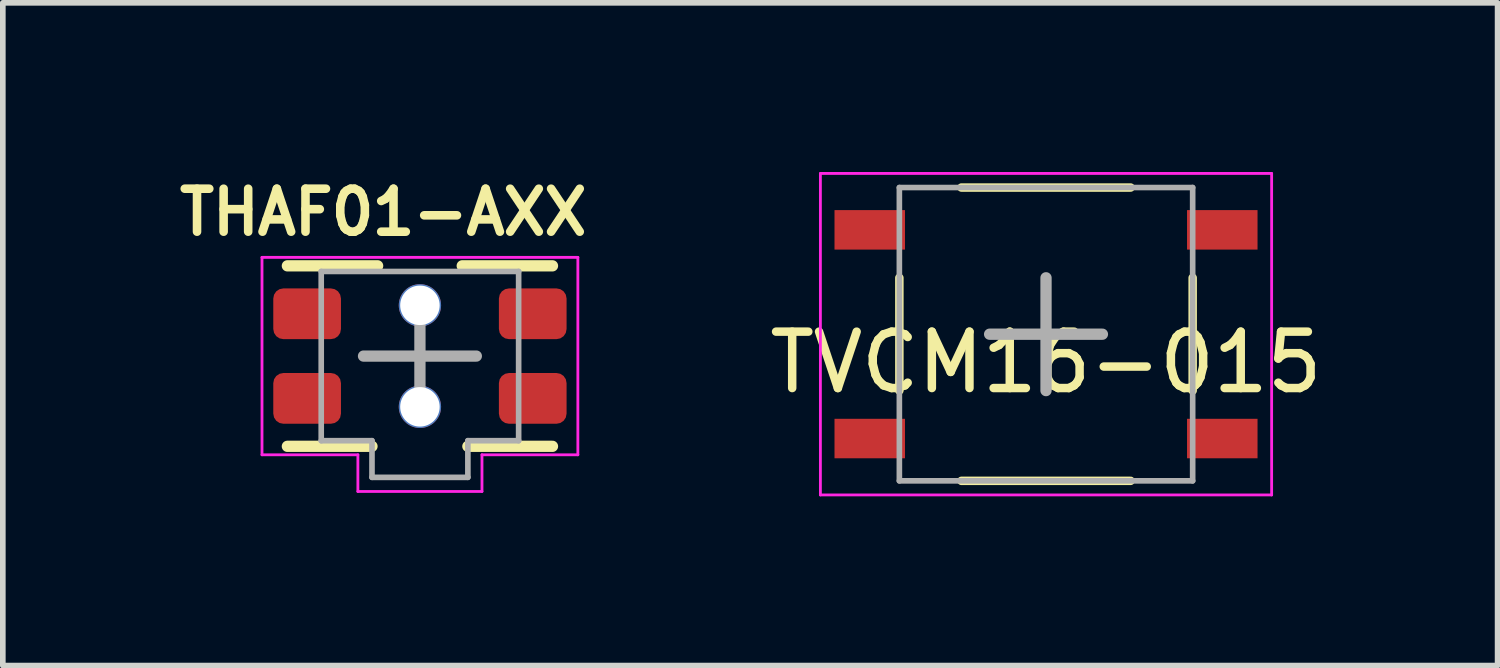
<source format=kicad_pcb>
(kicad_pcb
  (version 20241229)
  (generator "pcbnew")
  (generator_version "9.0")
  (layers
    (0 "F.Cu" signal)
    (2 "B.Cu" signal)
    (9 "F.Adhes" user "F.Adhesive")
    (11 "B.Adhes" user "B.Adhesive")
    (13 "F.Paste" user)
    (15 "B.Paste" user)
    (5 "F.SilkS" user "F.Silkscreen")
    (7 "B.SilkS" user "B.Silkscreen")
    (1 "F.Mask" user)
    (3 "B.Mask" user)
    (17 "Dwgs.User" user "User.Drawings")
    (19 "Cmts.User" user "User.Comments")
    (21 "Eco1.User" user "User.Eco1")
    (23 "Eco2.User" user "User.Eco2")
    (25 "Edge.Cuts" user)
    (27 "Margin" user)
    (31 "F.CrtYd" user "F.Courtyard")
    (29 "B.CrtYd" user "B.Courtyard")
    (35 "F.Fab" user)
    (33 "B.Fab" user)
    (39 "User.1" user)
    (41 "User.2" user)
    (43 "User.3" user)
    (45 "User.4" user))
  (footprint "THAF01-AXX"
    (layer "F.Cu")
    (at 4.395 3.263)
    (property "Reference" "THAF01-AXX" (at -0.65 -2.55 0) (layer "F.SilkS") (effects (font (size 0.762 0.762) (thickness 0.152))))
    (attr smd)
    (fp_line (start -2.35 1.6) (end -0.85 1.6) (stroke (width 0.2) (type solid)) (layer "F.SilkS"))
    (fp_line (start -0.75 -1.6) (end -2.35 -1.6) (stroke (width 0.2) (type solid)) (layer "F.SilkS"))
    (fp_line (start 0.85 1.6) (end 2.35 1.6) (stroke (width 0.2) (type solid)) (layer "F.SilkS"))
    (fp_line (start 2.35 -1.6) (end 0.75 -1.6) (stroke (width 0.2) (type solid)) (layer "F.SilkS"))
    (fp_line (start -2.8 -1.75) (end -2.8 1.75) (stroke (width 0.05) (type solid)) (layer "F.CrtYd"))
    (fp_line (start -2.8 -1.75) (end 2.8 -1.75) (stroke (width 0.05) (type solid)) (layer "F.CrtYd"))
    (fp_line (start -2.8 1.75) (end -1.1 1.75) (stroke (width 0.05) (type solid)) (layer "F.CrtYd"))
    (fp_line (start -1.1 2.4) (end -1.1 1.75) (stroke (width 0.05) (type solid)) (layer "F.CrtYd"))
    (fp_line (start 1.1 1.75) (end 1.1 2.4) (stroke (width 0.05) (type solid)) (layer "F.CrtYd"))
    (fp_line (start 1.1 1.75) (end 2.8 1.75) (stroke (width 0.05) (type solid)) (layer "F.CrtYd"))
    (fp_line (start 1.1 2.4) (end -1.1 2.4) (stroke (width 0.05) (type solid)) (layer "F.CrtYd"))
    (fp_line (start 2.8 1.75) (end 2.8 -1.75) (stroke (width 0.05) (type solid)) (layer "F.CrtYd"))
    (fp_line (start -1.75 -1.5) (end 1.75 -1.5) (stroke (width 0.1) (type solid)) (layer "F.Fab"))
    (fp_line (start -1.75 1.5) (end -1.75 -1.5) (stroke (width 0.1) (type solid)) (layer "F.Fab"))
    (fp_line (start -1 0) (end 1 0) (stroke (width 0.2) (type solid)) (layer "F.Fab"))
    (fp_line (start -0.85 1.5) (end -1.75 1.5) (stroke (width 0.1) (type solid)) (layer "F.Fab"))
    (fp_line (start -0.85 2.15) (end -0.85 1.5) (stroke (width 0.1) (type solid)) (layer "F.Fab"))
    (fp_line (start 0 -1) (end 0 1) (stroke (width 0.2) (type solid)) (layer "F.Fab"))
    (fp_line (start 0.85 1.5) (end 0.85 2.15) (stroke (width 0.1) (type solid)) (layer "F.Fab"))
    (fp_line (start 0.85 2.15) (end -0.85 2.15) (stroke (width 0.1) (type solid)) (layer "F.Fab"))
    (fp_line (start 1.75 -1.5) (end 1.75 1.5) (stroke (width 0.1) (type solid)) (layer "F.Fab"))
    (fp_line (start 1.75 1.5) (end 0.85 1.5) (stroke (width 0.1) (type solid)) (layer "F.Fab"))
    (pad "" np_thru_hole circle (at 0 -0.9) (size 0.75 0.75) (drill 0.7) (layers "*.Cu" "*.Mask"))
    (pad "" np_thru_hole circle (at 0 0.9) (size 0.75 0.75) (drill 0.7) (layers "*.Cu" "*.Mask"))
    (pad "1" smd roundrect (at -2 -0.75) (size 1.2 0.9) (layers "F.Cu" "F.Mask" "F.Paste") (roundrect_rratio 0.2))
    (pad "2" smd roundrect (at 2 -0.75) (size 1.2 0.9) (layers "F.Cu" "F.Mask" "F.Paste") (roundrect_rratio 0.2))
    (pad "3" smd roundrect (at -2 0.75) (size 1.2 0.9) (layers "F.Cu" "F.Mask" "F.Paste") (roundrect_rratio 0.2))
    (pad "4" smd roundrect (at 2 0.75) (size 1.2 0.9) (layers "F.Cu" "F.Mask" "F.Paste") (roundrect_rratio 0.2)))
  (footprint "TVCM16-015"
    (layer "F.Cu")
    (at 15.495 2.875)
    (property "Reference" "TVCM16-015" (at 0 0.5 0) (layer "F.SilkS") (effects (font (size 1 1) (thickness 0.15))))
    (attr through_hole)
    (fp_line (start -2.6 -1) (end -2.6 1) (stroke (width 0.15) (type solid)) (layer "F.SilkS"))
    (fp_line (start -1.5 -2.6) (end 1.5 -2.6) (stroke (width 0.15) (type solid)) (layer "F.SilkS"))
    (fp_line (start -1.5 2.6) (end 1.5 2.6) (stroke (width 0.15) (type solid)) (layer "F.SilkS"))
    (fp_line (start 2.6 -1) (end 2.6 1) (stroke (width 0.15) (type solid)) (layer "F.SilkS"))
    (fp_line (start -4 -2.85) (end 4 -2.85) (stroke (width 0.05) (type solid)) (layer "F.CrtYd"))
    (fp_line (start -4 2.85) (end -4 -2.85) (stroke (width 0.05) (type solid)) (layer "F.CrtYd"))
    (fp_line (start 4 -2.85) (end 4 2.85) (stroke (width 0.05) (type solid)) (layer "F.CrtYd"))
    (fp_line (start 4 2.85) (end -4 2.85) (stroke (width 0.05) (type solid)) (layer "F.CrtYd"))
    (fp_line (start -2.6 -2.6) (end 2.6 -2.6) (stroke (width 0.1) (type solid)) (layer "F.Fab"))
    (fp_line (start -2.6 2.6) (end -2.6 -2.6) (stroke (width 0.1) (type solid)) (layer "F.Fab"))
    (fp_line (start -1 0) (end 1 0) (stroke (width 0.2) (type solid)) (layer "F.Fab"))
    (fp_line (start 0 -1) (end 0 1) (stroke (width 0.2) (type solid)) (layer "F.Fab"))
    (fp_line (start 2.6 -2.6) (end 2.6 2.6) (stroke (width 0.1) (type solid)) (layer "F.Fab"))
    (fp_line (start 2.6 2.6) (end -2.6 2.6) (stroke (width 0.1) (type solid)) (layer "F.Fab"))
    (pad "1" smd rect (at -3.125 -1.85) (size 1.25 0.7) (layers "F.Cu" "F.Mask" "F.Paste"))
    (pad "2" smd rect (at 3.125 -1.85) (size 1.25 0.7) (layers "F.Cu" "F.Mask" "F.Paste"))
    (pad "3" smd rect (at -3.125 1.85) (size 1.25 0.7) (layers "F.Cu" "F.Mask" "F.Paste"))
    (pad "4" smd rect (at 3.125 1.85) (size 1.25 0.7) (layers "F.Cu" "F.Mask" "F.Paste")))
  (gr_rect
    (start -3 -3)
    (end 23.501 8.75)
    (stroke (width 0.1) (type default))
    (fill no)
    (layer "Edge.Cuts")))
</source>
